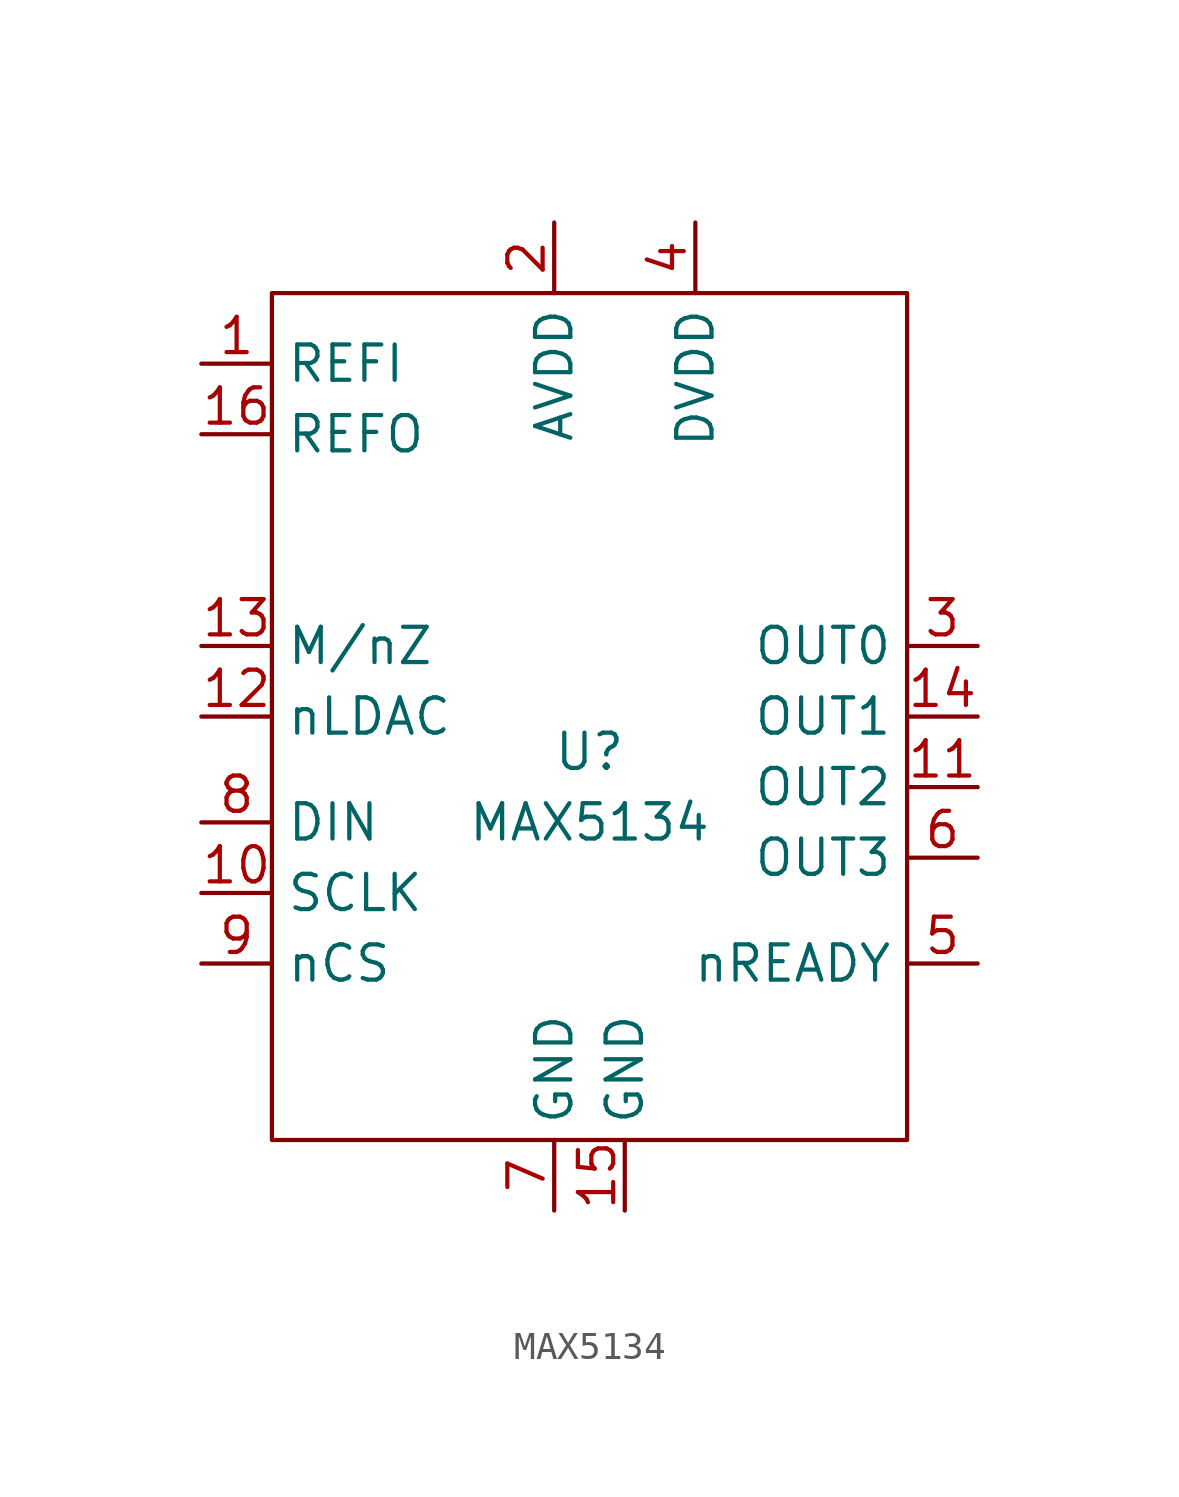
<source format=kicad_sym>
(kicad_symbol_lib
  (version 20220914)
  (generator kicad_symbol_editor)
  (symbol "MAX5134"
    (property "Reference" "U"
      (at 0 0 0)
      (effects (font (size 1.27 1.27))))
    (property "Value" "MAX5134"
      (at 0 -2.54 0)
      (effects (font (size 1.27 1.27))))
    (symbol "MAX5134_0_1"
      (rectangle (start -11.43 16.51) (end 11.43 -13.97) (stroke (width 0) (type default)) (fill (type none))))
    (symbol "MAX5134_1_1"
      (pin input line (at -13.97 13.97 0) (length 2.54) (name "REFI" (effects (font (size 1.27 1.27)))) (number "1" (effects (font (size 1.27 1.27)))))
      (pin input line (at -13.97 -5.08 0) (length 2.54) (name "SCLK" (effects (font (size 1.27 1.27)))) (number "10" (effects (font (size 1.27 1.27)))))
      (pin output line (at 13.97 -1.27 180) (length 2.54) (name "OUT2" (effects (font (size 1.27 1.27)))) (number "11" (effects (font (size 1.27 1.27)))))
      (pin input line (at -13.97 1.27 0) (length 2.54) (name "nLDAC" (effects (font (size 1.27 1.27)))) (number "12" (effects (font (size 1.27 1.27)))))
      (pin input line (at -13.97 3.81 0) (length 2.54) (name "M/nZ" (effects (font (size 1.27 1.27)))) (number "13" (effects (font (size 1.27 1.27)))))
      (pin output line (at 13.97 1.27 180) (length 2.54) (name "OUT1" (effects (font (size 1.27 1.27)))) (number "14" (effects (font (size 1.27 1.27)))))
      (pin power_in line (at 1.27 -16.51 90) (length 2.54) (name "GND" (effects (font (size 1.27 1.27)))) (number "15" (effects (font (size 1.27 1.27)))))
      (pin output line (at -13.97 11.43 0) (length 2.54) (name "REFO" (effects (font (size 1.27 1.27)))) (number "16" (effects (font (size 1.27 1.27)))))
      (pin power_in line (at -1.27 19.05 270) (length 2.54) (name "AVDD" (effects (font (size 1.27 1.27)))) (number "2" (effects (font (size 1.27 1.27)))))
      (pin output line (at 13.97 3.81 180) (length 2.54) (name "OUT0" (effects (font (size 1.27 1.27)))) (number "3" (effects (font (size 1.27 1.27)))))
      (pin power_in line (at 3.81 19.05 270) (length 2.54) (name "DVDD" (effects (font (size 1.27 1.27)))) (number "4" (effects (font (size 1.27 1.27)))))
      (pin output line (at 13.97 -7.62 180) (length 2.54) (name "nREADY" (effects (font (size 1.27 1.27)))) (number "5" (effects (font (size 1.27 1.27)))))
      (pin output line (at 13.97 -3.81 180) (length 2.54) (name "OUT3" (effects (font (size 1.27 1.27)))) (number "6" (effects (font (size 1.27 1.27)))))
      (pin power_in line (at -1.27 -16.51 90) (length 2.54) (name "GND" (effects (font (size 1.27 1.27)))) (number "7" (effects (font (size 1.27 1.27)))))
      (pin input line (at -13.97 -2.54 0) (length 2.54) (name "DIN" (effects (font (size 1.27 1.27)))) (number "8" (effects (font (size 1.27 1.27)))))
      (pin input line (at -13.97 -7.62 0) (length 2.54) (name "nCS" (effects (font (size 1.27 1.27)))) (number "9" (effects (font (size 1.27 1.27))))))))
</source>
